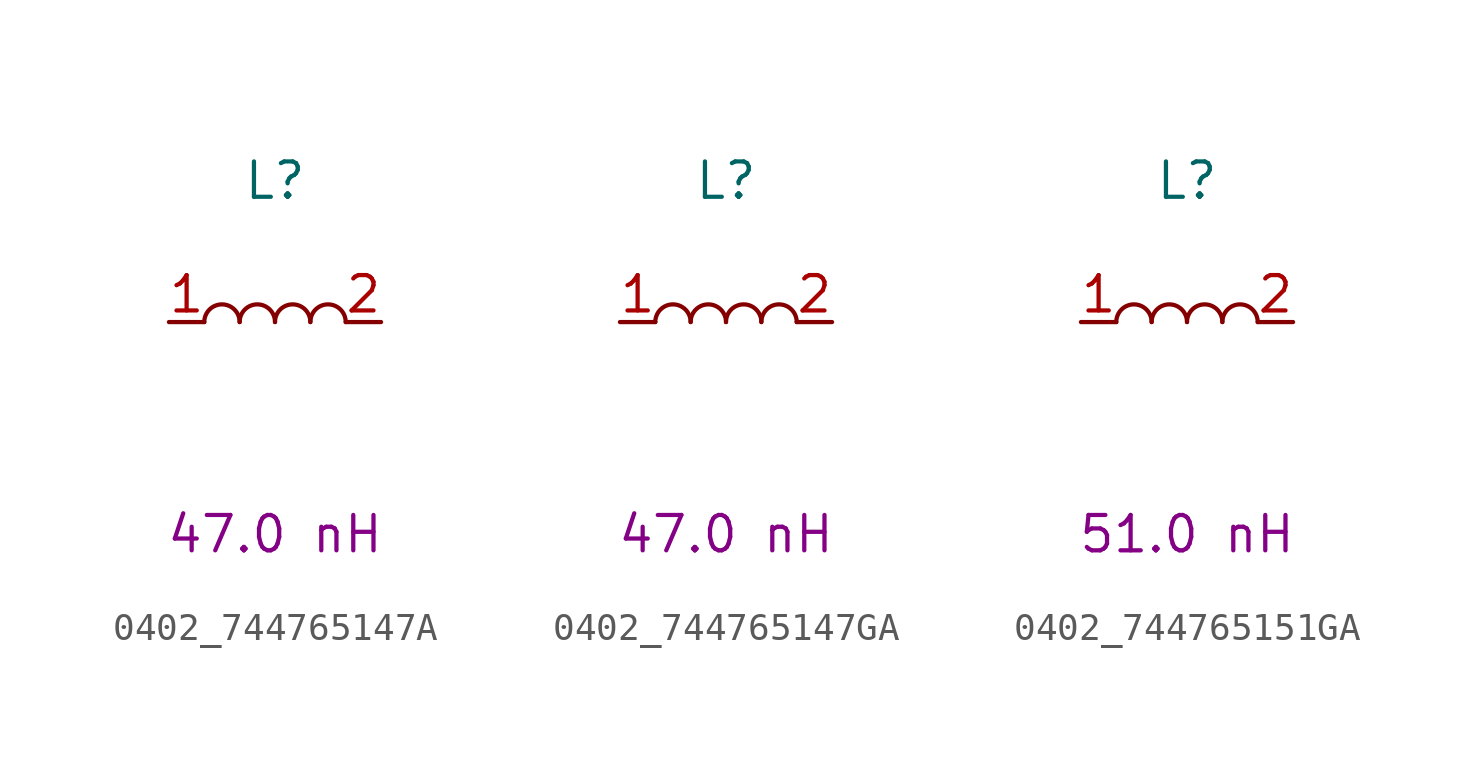
<source format=kicad_sym>
(kicad_symbol_lib
  (version 20220914)
  (generator kicad_symbol_editor)
  (symbol "0402_744765147A"
    (pin_names hide)
    (property "Reference" "L"
      (at 0 5.08 0)
      (effects (font (size 1.27 1.27))))
    (property "Critical Parameter" "47.0 nH"
      (at 0 -7.62 0)
      (effects (font (size 1.27 1.27))))
    (symbol "0402_744765147A_0_1"
      (arc (start -1.27 0) (mid -1.905 0.6323) (end -2.54 0) (stroke (width 0) (type default)) (fill (type none)))
      (arc (start 0 0) (mid -0.635 0.6323) (end -1.27 0) (stroke (width 0) (type default)) (fill (type none)))
      (arc (start 1.27 0) (mid 0.635 0.6323) (end 0 0) (stroke (width 0) (type default)) (fill (type none)))
      (arc (start 2.54 0) (mid 1.905 0.6323) (end 1.27 0) (stroke (width 0) (type default)) (fill (type none))))
    (symbol "0402_744765147A_1_1"
      (pin passive line (at -3.81 0 0) (length 1.27) (name "1" (effects (font (size 1.27 1.27)))) (number "1" (effects (font (size 1.27 1.27)))))
      (pin passive line (at 3.81 0 180) (length 1.27) (name "2" (effects (font (size 1.27 1.27)))) (number "2" (effects (font (size 1.27 1.27)))))))
  (symbol "0402_744765147GA"
    (pin_names hide)
    (property "Reference" "L"
      (at 0 5.08 0)
      (effects (font (size 1.27 1.27))))
    (property "Critical Parameter" "47.0 nH"
      (at 0 -7.62 0)
      (effects (font (size 1.27 1.27))))
    (symbol "0402_744765147GA_0_1"
      (arc (start -1.27 0) (mid -1.905 0.6323) (end -2.54 0) (stroke (width 0) (type default)) (fill (type none)))
      (arc (start 0 0) (mid -0.635 0.6323) (end -1.27 0) (stroke (width 0) (type default)) (fill (type none)))
      (arc (start 1.27 0) (mid 0.635 0.6323) (end 0 0) (stroke (width 0) (type default)) (fill (type none)))
      (arc (start 2.54 0) (mid 1.905 0.6323) (end 1.27 0) (stroke (width 0) (type default)) (fill (type none))))
    (symbol "0402_744765147GA_1_1"
      (pin passive line (at -3.81 0 0) (length 1.27) (name "1" (effects (font (size 1.27 1.27)))) (number "1" (effects (font (size 1.27 1.27)))))
      (pin passive line (at 3.81 0 180) (length 1.27) (name "2" (effects (font (size 1.27 1.27)))) (number "2" (effects (font (size 1.27 1.27)))))))
  (symbol "0402_744765151GA"
    (pin_names hide)
    (property "Reference" "L"
      (at 0 5.08 0)
      (effects (font (size 1.27 1.27))))
    (property "Critical Parameter" "51.0 nH"
      (at 0 -7.62 0)
      (effects (font (size 1.27 1.27))))
    (symbol "0402_744765151GA_0_1"
      (arc (start -1.27 0) (mid -1.905 0.6323) (end -2.54 0) (stroke (width 0) (type default)) (fill (type none)))
      (arc (start 0 0) (mid -0.635 0.6323) (end -1.27 0) (stroke (width 0) (type default)) (fill (type none)))
      (arc (start 1.27 0) (mid 0.635 0.6323) (end 0 0) (stroke (width 0) (type default)) (fill (type none)))
      (arc (start 2.54 0) (mid 1.905 0.6323) (end 1.27 0) (stroke (width 0) (type default)) (fill (type none))))
    (symbol "0402_744765151GA_1_1"
      (pin passive line (at -3.81 0 0) (length 1.27) (name "1" (effects (font (size 1.27 1.27)))) (number "1" (effects (font (size 1.27 1.27)))))
      (pin passive line (at 3.81 0 180) (length 1.27) (name "2" (effects (font (size 1.27 1.27)))) (number "2" (effects (font (size 1.27 1.27))))))))
</source>
